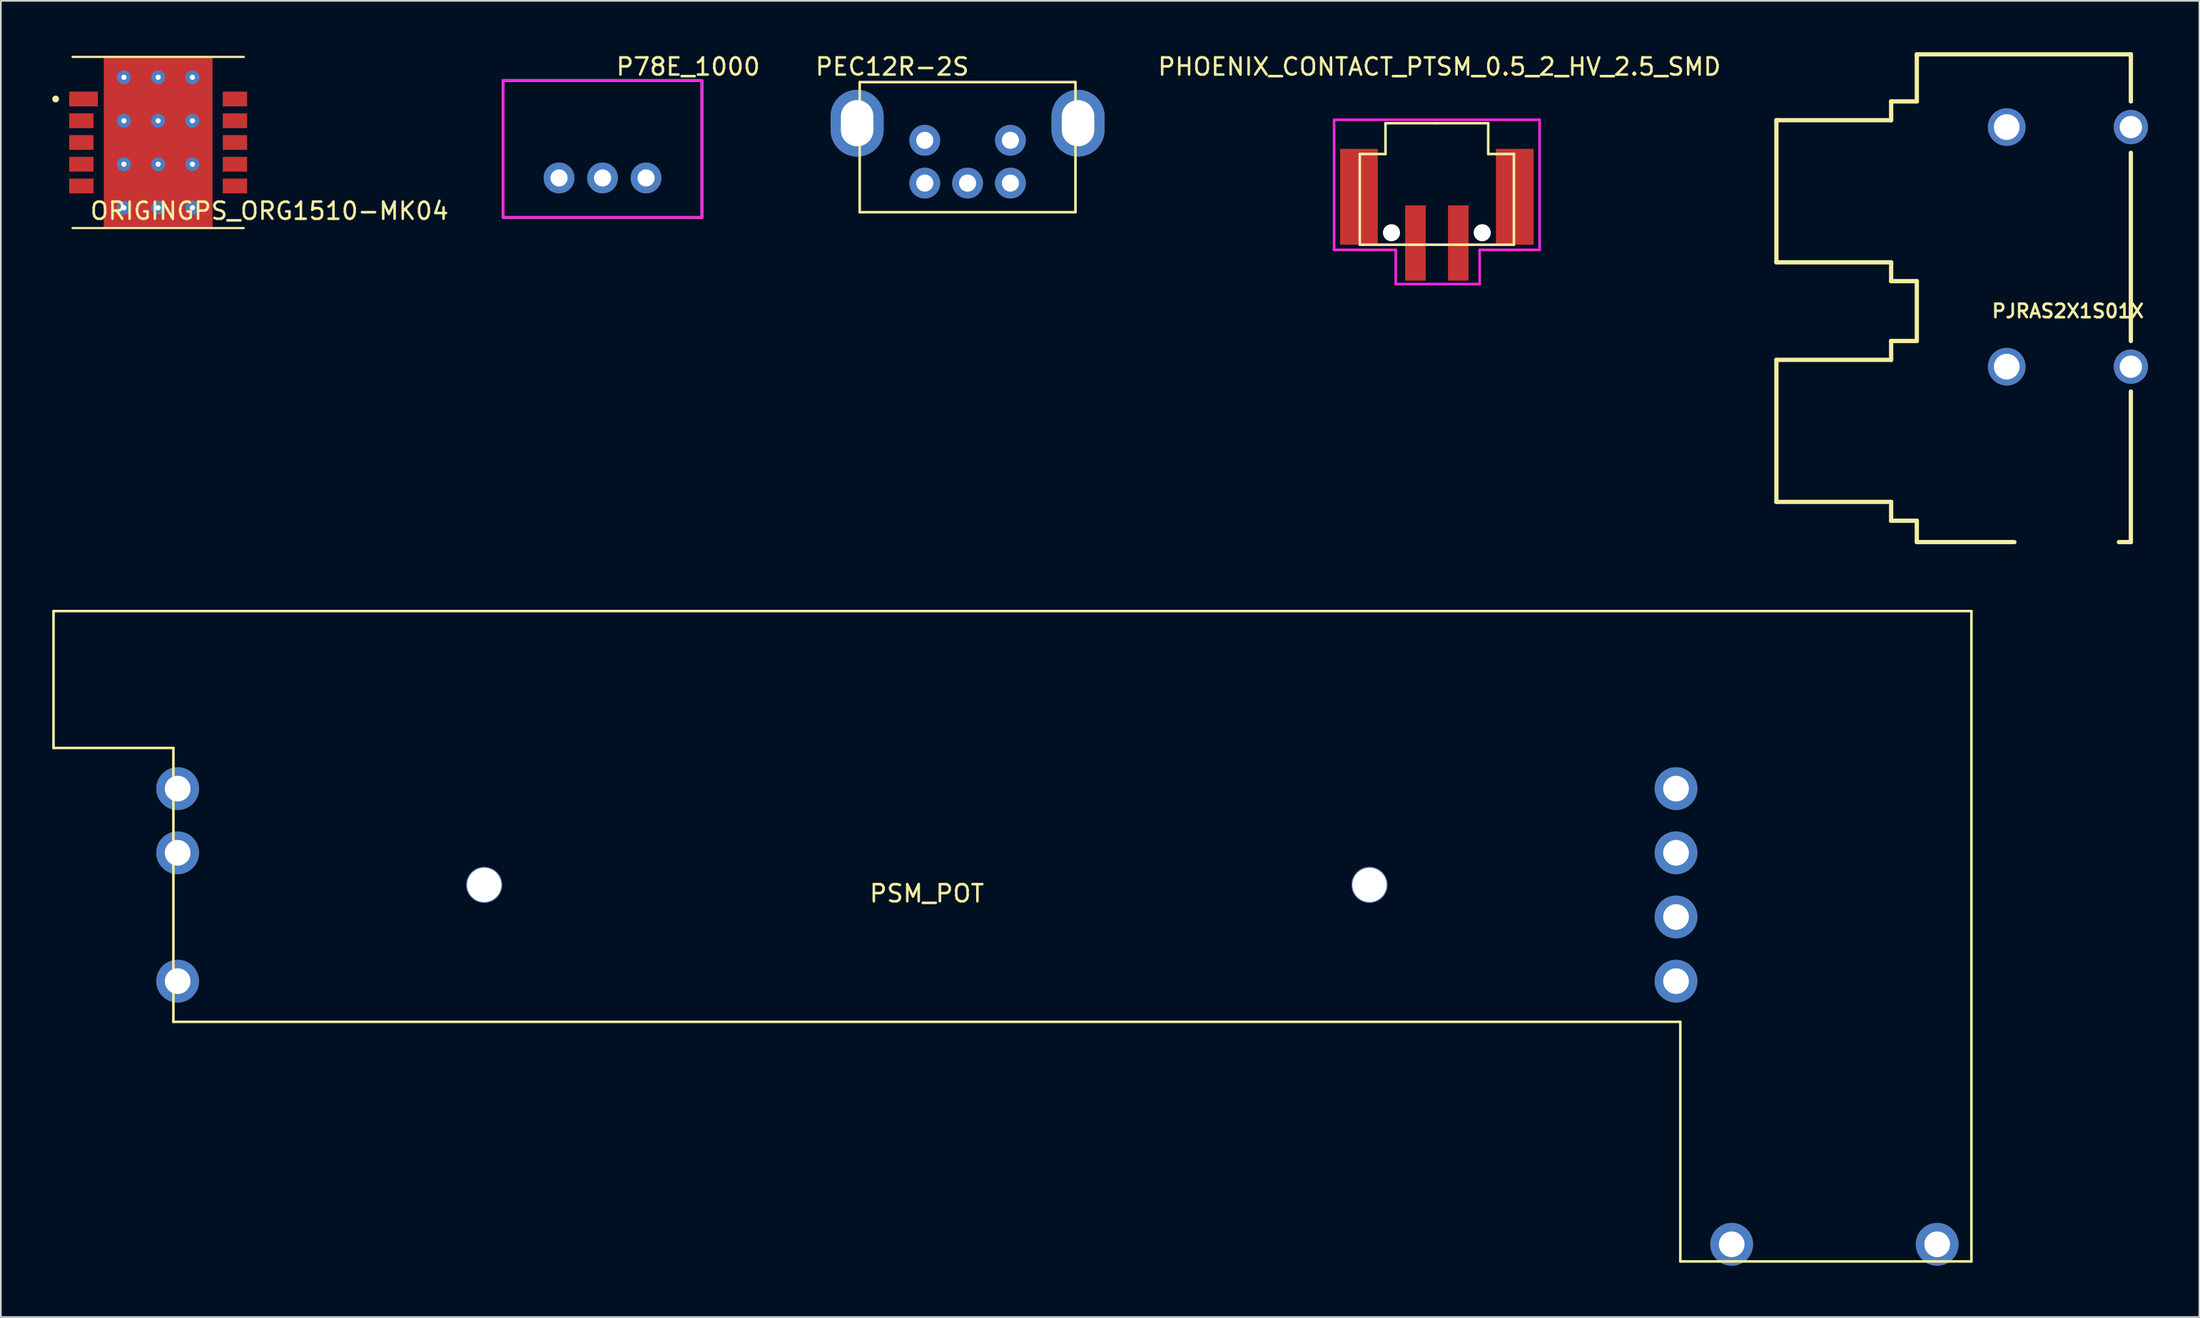
<source format=kicad_pcb>
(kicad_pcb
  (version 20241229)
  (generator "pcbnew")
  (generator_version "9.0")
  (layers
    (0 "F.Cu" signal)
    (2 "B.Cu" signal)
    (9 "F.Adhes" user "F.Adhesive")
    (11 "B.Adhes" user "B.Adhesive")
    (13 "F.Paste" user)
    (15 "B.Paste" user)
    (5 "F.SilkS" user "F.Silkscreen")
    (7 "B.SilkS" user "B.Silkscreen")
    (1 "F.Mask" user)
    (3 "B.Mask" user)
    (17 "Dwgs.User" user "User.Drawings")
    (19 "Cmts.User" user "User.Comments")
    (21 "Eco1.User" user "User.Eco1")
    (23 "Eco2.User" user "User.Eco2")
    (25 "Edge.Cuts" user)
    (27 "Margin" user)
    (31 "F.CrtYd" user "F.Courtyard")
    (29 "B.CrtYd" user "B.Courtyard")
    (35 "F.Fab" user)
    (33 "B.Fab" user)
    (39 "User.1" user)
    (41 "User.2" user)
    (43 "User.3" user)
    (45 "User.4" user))
  (footprint "PEC12R-2S"
    (layer "F.Cu")
    (at 53.454 4.148)
    (property "Reference" "PEC12R-2S" (at -4.4 -3.3 0) (layer "F.SilkS") (effects (font (size 1 1) (thickness 0.15))))
    (attr through_hole)
    (fp_line (start -6.3 -2.4) (end 6.3 -2.4) (stroke (width 0.15) (type solid)) (layer "F.SilkS"))
    (fp_line (start -6.3 5.2) (end -6.3 -2.4) (stroke (width 0.15) (type solid)) (layer "F.SilkS"))
    (fp_line (start 6.3 -2.4) (end 6.3 5.2) (stroke (width 0.15) (type solid)) (layer "F.SilkS"))
    (fp_line (start 6.3 5.2) (end -6.3 5.2) (stroke (width 0.15) (type solid)) (layer "F.SilkS"))
    (pad "A" thru_hole circle (at -2.5 3.5) (size 1.8 1.8) (drill 1) (layers "*.Cu" "*.Mask"))
    (pad "B" thru_hole circle (at 2.5 3.5) (size 1.8 1.8) (drill 1) (layers "*.Cu" "*.Mask"))
    (pad "C" thru_hole circle (at 0 3.5) (size 1.8 1.8) (drill 1) (layers "*.Cu" "*.Mask"))
    (pad "GND" thru_hole oval (at -6.45 0) (size 3.1 3.9) (drill oval 1.9 2.7) (layers "*.Cu" "*.Mask"))
    (pad "GND" thru_hole oval (at 6.45 0) (size 3.1 3.9) (drill oval 1.9 2.7) (layers "*.Cu" "*.Mask"))
    (pad "S1" thru_hole circle (at -2.5 1) (size 1.8 1.8) (drill 1) (layers "*.Cu" "*.Mask"))
    (pad "S2" thru_hole circle (at 2.5 1) (size 1.8 1.8) (drill 1) (layers "*.Cu" "*.Mask")))
  (footprint "P78E_1000"
    (layer "F.Cu")
    (at 32.137 7.348)
    (property "Reference" "P78E_1000" (at 5 -6.5 0) (layer "F.SilkS") (effects (font (size 1 1) (thickness 0.15))))
    (attr through_hole)
    (fp_line (start -5.8 -5.7) (end -5.8 2.3) (stroke (width 0.15) (type solid)) (layer "F.SilkS"))
    (fp_line (start -5.8 2.3) (end 5.8 2.3) (stroke (width 0.15) (type solid)) (layer "F.SilkS"))
    (fp_line (start 5.8 -5.7) (end -5.8 -5.7) (stroke (width 0.15) (type solid)) (layer "F.SilkS"))
    (fp_line (start 5.8 2.3) (end 5.8 -5.7) (stroke (width 0.15) (type solid)) (layer "F.SilkS"))
    (fp_line (start -5.8 -5.7) (end 5.8 -5.7) (stroke (width 0.15) (type solid)) (layer "F.CrtYd"))
    (fp_line (start -5.8 2.3) (end -5.8 -5.7) (stroke (width 0.15) (type solid)) (layer "F.CrtYd"))
    (fp_line (start 5.8 -5.7) (end 5.8 2.3) (stroke (width 0.15) (type solid)) (layer "F.CrtYd"))
    (fp_line (start 5.8 2.3) (end -5.8 2.3) (stroke (width 0.15) (type solid)) (layer "F.CrtYd"))
    (fp_line (start -5.8 -5.7) (end 5.8 -5.7) (stroke (width 0.15) (type solid)) (layer "F.Fab"))
    (fp_line (start -5.8 2.3) (end -5.8 -5.7) (stroke (width 0.15) (type solid)) (layer "F.Fab"))
    (fp_line (start 5.8 -5.7) (end 5.8 2.3) (stroke (width 0.15) (type solid)) (layer "F.Fab"))
    (fp_line (start 5.8 2.3) (end -5.8 2.3) (stroke (width 0.15) (type solid)) (layer "F.Fab"))
    (pad "1" thru_hole circle (at -2.54 0) (size 1.8 1.8) (drill 1) (layers "*.Cu" "*.Mask"))
    (pad "2" thru_hole circle (at 0 0) (size 1.8 1.8) (drill 1) (layers "*.Cu" "*.Mask"))
    (pad "3" thru_hole circle (at 2.54 0) (size 1.8 1.8) (drill 1) (layers "*.Cu" "*.Mask")))
  (footprint "PHOENIX_CONTACT_PTSM_0.5_2_HV_2.5_SMD"
    (layer "F.Cu")
    (at 80.858 8.448)
    (property "Reference" "PHOENIX_CONTACT_PTSM_0.5_2_HV_2.5_SMD" (at 0.15 -7.6 0) (layer "F.SilkS") (effects (font (size 1 1) (thickness 0.15))))
    (attr through_hole)
    (fp_line (start -4.5 -2.5) (end -3 -2.5) (stroke (width 0.15) (type solid)) (layer "F.SilkS"))
    (fp_line (start -4.5 2.8) (end -4.5 -2.5) (stroke (width 0.15) (type solid)) (layer "F.SilkS"))
    (fp_line (start -3 -4.3) (end 0 -4.3) (stroke (width 0.15) (type solid)) (layer "F.SilkS"))
    (fp_line (start -3 -2.5) (end -3 -4.3) (stroke (width 0.15) (type solid)) (layer "F.SilkS"))
    (fp_line (start 0 -4.3) (end 3 -4.3) (stroke (width 0.15) (type solid)) (layer "F.SilkS"))
    (fp_line (start 3 -4.3) (end 3 -2.5) (stroke (width 0.15) (type solid)) (layer "F.SilkS"))
    (fp_line (start 3 -2.5) (end 4.5 -2.5) (stroke (width 0.15) (type solid)) (layer "F.SilkS"))
    (fp_line (start 4.5 -2.5) (end 4.5 2.8) (stroke (width 0.15) (type solid)) (layer "F.SilkS"))
    (fp_line (start 4.5 2.8) (end -4.5 2.8) (stroke (width 0.15) (type solid)) (layer "F.SilkS"))
    (fp_line (start -6 -4.5) (end 0 -4.5) (stroke (width 0.15) (type solid)) (layer "F.CrtYd"))
    (fp_line (start -6 3.1) (end -6 -4.5) (stroke (width 0.15) (type solid)) (layer "F.CrtYd"))
    (fp_line (start -2.4 3.1) (end -6 3.1) (stroke (width 0.15) (type solid)) (layer "F.CrtYd"))
    (fp_line (start -2.4 5.1) (end -2.4 3.1) (stroke (width 0.15) (type solid)) (layer "F.CrtYd"))
    (fp_line (start 0 -4.5) (end 6 -4.5) (stroke (width 0.15) (type solid)) (layer "F.CrtYd"))
    (fp_line (start 2.5 3.1) (end 2.5 5.1) (stroke (width 0.15) (type solid)) (layer "F.CrtYd"))
    (fp_line (start 2.5 5.1) (end -2.4 5.1) (stroke (width 0.15) (type solid)) (layer "F.CrtYd"))
    (fp_line (start 6 -4.5) (end 6 3.1) (stroke (width 0.15) (type solid)) (layer "F.CrtYd"))
    (fp_line (start 6 3.1) (end 2.5 3.1) (stroke (width 0.15) (type solid)) (layer "F.CrtYd"))
    (pad "" smd rect (at -4.55 0) (size 2.2 5.6) (layers "F.Cu" "F.Mask" "F.Paste"))
    (pad "" np_thru_hole circle (at -2.65 2.1) (size 1 1) (drill 1) (layers "*.Cu" "*.Mask"))
    (pad "" np_thru_hole circle (at 2.65 2.1) (size 1 1) (drill 1) (layers "*.Cu" "*.Mask"))
    (pad "" smd rect (at 4.55 0) (size 2.2 5.6) (layers "F.Cu" "F.Mask" "F.Paste"))
    (pad "1" smd rect (at -1.25 2.7) (size 1.2 4.4) (layers "F.Cu" "F.Mask" "F.Paste"))
    (pad "2" smd rect (at 1.25 2.7) (size 1.2 4.4) (layers "F.Cu" "F.Mask" "F.Paste")))
  (footprint "ORIGINGPS_ORG1510-MK04"
    (layer "F.Cu")
    (at 6.185 5.275)
    (property "Reference" "ORIGINGPS_ORG1510-MK04" (at 6.5 4 0) (layer "F.SilkS") (effects (font (size 1 1) (thickness 0.15))))
    (attr through_hole)
    (fp_line (start -5 -5) (end 5 -5) (stroke (width 0.127) (type solid)) (layer "F.SilkS"))
    (fp_line (start -5 5) (end 5 5) (stroke (width 0.127) (type solid)) (layer "F.SilkS"))
    (fp_circle (center -5.985 -2.54) (end -5.885 -2.54) (stroke (width 0.2) (type solid)) (fill no) (layer "F.SilkS"))
    (fp_line (start -5.446 -5.25) (end 5.446 -5.25) (stroke (width 0.05) (type solid)) (layer "Eco1.User"))
    (fp_line (start -5.446 5.25) (end -5.446 -5.25) (stroke (width 0.05) (type solid)) (layer "Eco1.User"))
    (fp_line (start 5.446 -5.25) (end 5.446 5.25) (stroke (width 0.05) (type solid)) (layer "Eco1.User"))
    (fp_line (start 5.446 5.25) (end -5.446 5.25) (stroke (width 0.05) (type solid)) (layer "Eco1.User"))
    (fp_line (start -5 -5) (end -5 5) (stroke (width 0.127) (type solid)) (layer "Eco2.User"))
    (fp_line (start 5 -5) (end 5 5) (stroke (width 0.127) (type solid)) (layer "Eco2.User"))
    (fp_circle (center -4.485 -2.54) (end -4.385 -2.54) (stroke (width 0.2) (type solid)) (fill no) (layer "Eco2.User"))
    (pad "1" smd rect (at -4.358 -2.54) (size 1.676 0.864) (layers "F.Cu" "F.Mask" "F.Paste"))
    (pad "2" smd rect (at -4.485 -1.27) (size 1.422 0.864) (layers "F.Cu" "F.Mask" "F.Paste"))
    (pad "3" smd rect (at -4.485 0) (size 1.422 0.864) (layers "F.Cu" "F.Mask" "F.Paste"))
    (pad "4" smd rect (at -4.485 1.27) (size 1.422 0.864) (layers "F.Cu" "F.Mask" "F.Paste"))
    (pad "5" smd rect (at -4.485 2.54) (size 1.422 0.864) (layers "F.Cu" "F.Mask" "F.Paste"))
    (pad "6" smd rect (at 4.485 2.54) (size 1.422 0.864) (layers "F.Cu" "F.Mask" "F.Paste"))
    (pad "7" smd rect (at 4.485 1.27) (size 1.422 0.864) (layers "F.Cu" "F.Mask" "F.Paste"))
    (pad "8" smd rect (at 4.485 0) (size 1.422 0.864) (layers "F.Cu" "F.Mask" "F.Paste"))
    (pad "9" smd rect (at 4.485 -1.27) (size 1.422 0.864) (layers "F.Cu" "F.Mask" "F.Paste"))
    (pad "10" smd rect (at 4.485 -2.54) (size 1.422 0.864) (layers "F.Cu" "F.Mask" "F.Paste"))
    (pad "11" smd rect (at 0 0) (size 6.35 10.008) (layers "F.Cu"))
    (pad "11.1" thru_hole circle (at 0 -3.81) (size 0.813 0.813) (drill 0.305) (layers "*.Cu" "B.Mask"))
    (pad "11.2" thru_hole circle (at 0 -1.27) (size 0.813 0.813) (drill 0.305) (layers "*.Cu" "B.Mask"))
    (pad "11.3" thru_hole circle (at 0 1.27) (size 0.813 0.813) (drill 0.305) (layers "*.Cu" "B.Mask"))
    (pad "11.4" thru_hole circle (at 0 3.81) (size 0.813 0.813) (drill 0.305) (layers "*.Cu" "B.Mask"))
    (pad "11.5" thru_hole circle (at 2 -3.81) (size 0.813 0.813) (drill 0.305) (layers "*.Cu" "B.Mask"))
    (pad "11.6" thru_hole circle (at -2 -3.81) (size 0.813 0.813) (drill 0.305) (layers "*.Cu" "B.Mask"))
    (pad "11.7" thru_hole circle (at 2 -1.27) (size 0.813 0.813) (drill 0.305) (layers "*.Cu" "B.Mask"))
    (pad "11.8" thru_hole circle (at -2 -1.27) (size 0.813 0.813) (drill 0.305) (layers "*.Cu" "B.Mask"))
    (pad "11.9" thru_hole circle (at 2 1.27) (size 0.813 0.813) (drill 0.305) (layers "*.Cu" "B.Mask"))
    (pad "11.10" thru_hole circle (at -2 1.27) (size 0.813 0.813) (drill 0.305) (layers "*.Cu" "B.Mask"))
    (pad "11.11" thru_hole circle (at 2 3.81) (size 0.813 0.813) (drill 0.305) (layers "*.Cu" "B.Mask"))
    (pad "11.12" thru_hole circle (at -2 3.81) (size 0.813 0.813) (drill 0.305) (layers "*.Cu" "B.Mask")))
  (footprint "PSM_POT"
    (layer "F.Cu")
    (at 51.075 48.653)
    (property "Reference" "PSM_POT" (at 0 0.5 0) (layer "F.SilkS") (effects (font (size 1 1) (thickness 0.15))))
    (attr through_hole)
    (fp_line (start -51 -16) (end 61 -16) (stroke (width 0.15) (type solid)) (layer "F.SilkS"))
    (fp_line (start -51 -8) (end -51 -16) (stroke (width 0.15) (type solid)) (layer "F.SilkS"))
    (fp_line (start -44 -8) (end -51 -8) (stroke (width 0.15) (type solid)) (layer "F.SilkS"))
    (fp_line (start -44 8) (end -44 -8) (stroke (width 0.15) (type solid)) (layer "F.SilkS"))
    (fp_line (start 44 8) (end -44 8) (stroke (width 0.15) (type solid)) (layer "F.SilkS"))
    (fp_line (start 44 22) (end 44 8) (stroke (width 0.15) (type solid)) (layer "F.SilkS"))
    (fp_line (start 61 -16) (end 61 22) (stroke (width 0.15) (type solid)) (layer "F.SilkS"))
    (fp_line (start 61 22) (end 44 22) (stroke (width 0.15) (type solid)) (layer "F.SilkS"))
    (pad "" np_thru_hole circle (at -25.85 0) (size 2.1 2.1) (drill 2) (layers "*.Cu" "*.Mask"))
    (pad "" np_thru_hole circle (at 25.85 0) (size 2.1 2.1) (drill 2) (layers "*.Cu" "*.Mask"))
    (pad "1" thru_hole circle (at 43.75 -1.875) (size 2.5 2.5) (drill 1.5) (layers "*.Cu" "*.Mask"))
    (pad "2" thru_hole circle (at 43.75 -5.625) (size 2.5 2.5) (drill 1.5) (layers "*.Cu" "*.Mask"))
    (pad "3" thru_hole circle (at -43.75 -5.625) (size 2.5 2.5) (drill 1.5) (layers "*.Cu" "*.Mask"))
    (pad "4" thru_hole circle (at 43.75 1.875) (size 2.5 2.5) (drill 1.5) (layers "*.Cu" "*.Mask"))
    (pad "5" thru_hole circle (at 43.75 5.625) (size 2.5 2.5) (drill 1.5) (layers "*.Cu" "*.Mask"))
    (pad "6" thru_hole circle (at -43.75 5.625) (size 2.5 2.5) (drill 1.5) (layers "*.Cu" "*.Mask"))
    (pad "7" thru_hole circle (at -43.75 -1.875) (size 2.5 2.5) (drill 1.5) (layers "*.Cu" "*.Mask"))
    (pad "8" thru_hole circle (at 47 21) (size 2.5 2.5) (drill 1.5) (layers "*.Cu" "*.Mask"))
    (pad "9" thru_hole circle (at 59 21) (size 2.5 2.5) (drill 1.5) (layers "*.Cu" "*.Mask")))
  (footprint "PJRAS2X1S01X"
    (layer "F.Cu")
    (at 117.711 15.125)
    (property "Reference" "PJRAS2X1S01X" (at 0 0 0) (layer "F.SilkS") (effects (font (size 0.787 0.787) (thickness 0.15))))
    (attr through_hole)
    (fp_poly (pts (xy -1.525 -14.452) (xy -1.729 -14.436) (xy -1.927 -14.388) (xy -2.116 -14.31) (xy -2.29 -14.203) (xy -2.445 -14.07) (xy -2.578 -13.915) (xy -2.685 -13.741) (xy -2.763 -13.552) (xy -2.811 -13.354) (xy -2.827 -13.15) (xy -2.811 -12.946) (xy -2.763 -12.748) (xy -2.685 -12.559) (xy -2.578 -12.385) (xy -2.445 -12.23) (xy -2.29 -12.097) (xy -2.116 -11.99) (xy -1.927 -11.912) (xy -1.729 -11.864) (xy -1.525 -11.848) (xy 1.375 -11.848) (xy 1.579 -11.864) (xy 1.777 -11.912) (xy 1.966 -11.99) (xy 2.14 -12.097) (xy 2.295 -12.23) (xy 2.428 -12.385) (xy 2.535 -12.559) (xy 2.613 -12.748) (xy 2.661 -12.946) (xy 2.677 -13.15) (xy 2.661 -13.354) (xy 2.613 -13.552) (xy 2.535 -13.741) (xy 2.428 -13.915) (xy 2.295 -14.07) (xy 2.14 -14.203) (xy 1.966 -14.31) (xy 1.777 -14.388) (xy 1.579 -14.436) (xy 1.375 -14.452)) (stroke (width 0.002) (type solid)) (fill yes) (layer "F.Mask"))
    (fp_poly (pts (xy -1.525 11.848) (xy -1.729 11.864) (xy -1.927 11.912) (xy -2.116 11.99) (xy -2.29 12.097) (xy -2.445 12.23) (xy -2.578 12.385) (xy -2.685 12.559) (xy -2.763 12.748) (xy -2.811 12.946) (xy -2.827 13.15) (xy -2.811 13.354) (xy -2.763 13.552) (xy -2.685 13.741) (xy -2.578 13.915) (xy -2.445 14.07) (xy -2.29 14.203) (xy -2.116 14.31) (xy -1.927 14.388) (xy -1.729 14.436) (xy -1.525 14.452) (xy 1.375 14.452) (xy 1.579 14.436) (xy 1.777 14.388) (xy 1.966 14.31) (xy 2.14 14.203) (xy 2.295 14.07) (xy 2.428 13.915) (xy 2.535 13.741) (xy 2.613 13.552) (xy 2.661 13.354) (xy 2.677 13.15) (xy 2.661 12.946) (xy 2.613 12.748) (xy 2.535 12.559) (xy 2.428 12.385) (xy 2.295 12.23) (xy 2.14 12.097) (xy 1.966 11.99) (xy 1.777 11.912) (xy 1.579 11.864) (xy 1.375 11.848)) (stroke (width 0.002) (type solid)) (fill yes) (layer "F.Mask"))
    (fp_poly (pts (xy -1.525 -14.452) (xy -1.729 -14.436) (xy -1.927 -14.388) (xy -2.116 -14.31) (xy -2.29 -14.203) (xy -2.445 -14.07) (xy -2.578 -13.915) (xy -2.685 -13.741) (xy -2.763 -13.552) (xy -2.811 -13.354) (xy -2.827 -13.15) (xy -2.811 -12.946) (xy -2.763 -12.748) (xy -2.685 -12.559) (xy -2.578 -12.385) (xy -2.445 -12.23) (xy -2.29 -12.097) (xy -2.116 -11.99) (xy -1.927 -11.912) (xy -1.729 -11.864) (xy -1.525 -11.848) (xy 1.375 -11.848) (xy 1.579 -11.864) (xy 1.777 -11.912) (xy 1.966 -11.99) (xy 2.14 -12.097) (xy 2.295 -12.23) (xy 2.428 -12.385) (xy 2.535 -12.559) (xy 2.613 -12.748) (xy 2.661 -12.946) (xy 2.677 -13.15) (xy 2.661 -13.354) (xy 2.613 -13.552) (xy 2.535 -13.741) (xy 2.428 -13.915) (xy 2.295 -14.07) (xy 2.14 -14.203) (xy 1.966 -14.31) (xy 1.777 -14.388) (xy 1.579 -14.436) (xy 1.375 -14.452)) (stroke (width 0.002) (type solid)) (fill yes) (layer "B.Mask"))
    (fp_poly (pts (xy -1.525 11.848) (xy -1.729 11.864) (xy -1.927 11.912) (xy -2.116 11.99) (xy -2.29 12.097) (xy -2.445 12.23) (xy -2.578 12.385) (xy -2.685 12.559) (xy -2.763 12.748) (xy -2.811 12.946) (xy -2.827 13.15) (xy -2.811 13.354) (xy -2.763 13.552) (xy -2.685 13.741) (xy -2.578 13.915) (xy -2.445 14.07) (xy -2.29 14.203) (xy -2.116 14.31) (xy -1.927 14.388) (xy -1.729 14.436) (xy -1.525 14.452) (xy 1.375 14.452) (xy 1.579 14.436) (xy 1.777 14.388) (xy 1.966 14.31) (xy 2.14 14.203) (xy 2.295 14.07) (xy 2.428 13.915) (xy 2.535 13.741) (xy 2.613 13.552) (xy 2.661 13.354) (xy 2.677 13.15) (xy 2.661 12.946) (xy 2.613 12.748) (xy 2.535 12.559) (xy 2.428 12.385) (xy 2.295 12.23) (xy 2.14 12.097) (xy 1.966 11.99) (xy 1.777 11.912) (xy 1.579 11.864) (xy 1.375 11.848)) (stroke (width 0.002) (type solid)) (fill yes) (layer "B.Mask"))
    (fp_line (start -17.025 -11.152) (end -17.025 -2.849) (stroke (width 0.25) (type solid)) (layer "F.SilkS"))
    (fp_line (start -17.025 -11.152) (end -10.324 -11.152) (stroke (width 0.25) (type solid)) (layer "F.SilkS"))
    (fp_line (start -17.025 -2.849) (end -10.324 -2.849) (stroke (width 0.25) (type solid)) (layer "F.SilkS"))
    (fp_line (start -17.025 2.851) (end -17.025 11.151) (stroke (width 0.25) (type solid)) (layer "F.SilkS"))
    (fp_line (start -17.025 11.151) (end -10.324 11.151) (stroke (width 0.25) (type solid)) (layer "F.SilkS"))
    (fp_line (start -10.324 -12.25) (end -8.825 -12.25) (stroke (width 0.25) (type solid)) (layer "F.SilkS"))
    (fp_line (start -10.324 -11.152) (end -10.324 -12.25) (stroke (width 0.25) (type solid)) (layer "F.SilkS"))
    (fp_line (start -10.324 -2.849) (end -10.324 -1.748) (stroke (width 0.25) (type solid)) (layer "F.SilkS"))
    (fp_line (start -10.324 -1.748) (end -8.825 -1.748) (stroke (width 0.25) (type solid)) (layer "F.SilkS"))
    (fp_line (start -10.324 1.75) (end -10.324 2.851) (stroke (width 0.25) (type solid)) (layer "F.SilkS"))
    (fp_line (start -10.324 2.851) (end -17.025 2.851) (stroke (width 0.25) (type solid)) (layer "F.SilkS"))
    (fp_line (start -10.324 11.151) (end -10.324 12.251) (stroke (width 0.25) (type solid)) (layer "F.SilkS"))
    (fp_line (start -10.324 12.251) (end -8.825 12.251) (stroke (width 0.25) (type solid)) (layer "F.SilkS"))
    (fp_line (start -8.825 -15) (end 3.675 -15) (stroke (width 0.25) (type solid)) (layer "F.SilkS"))
    (fp_line (start -8.825 -12.25) (end -8.825 -15) (stroke (width 0.25) (type solid)) (layer "F.SilkS"))
    (fp_line (start -8.825 -1.748) (end -8.825 1.75) (stroke (width 0.25) (type solid)) (layer "F.SilkS"))
    (fp_line (start -8.825 1.75) (end -10.324 1.75) (stroke (width 0.25) (type solid)) (layer "F.SilkS"))
    (fp_line (start -8.825 12.251) (end -8.825 13.499) (stroke (width 0.25) (type solid)) (layer "F.SilkS"))
    (fp_line (start -8.825 13.499) (end -3.124 13.499) (stroke (width 0.25) (type solid)) (layer "F.SilkS"))
    (fp_line (start 2.976 13.499) (end 3.675 13.499) (stroke (width 0.25) (type solid)) (layer "F.SilkS"))
    (fp_line (start 3.675 -15) (end 3.675 -12.25) (stroke (width 0.25) (type solid)) (layer "F.SilkS"))
    (fp_line (start 3.675 -9.25) (end 3.675 1.75) (stroke (width 0.25) (type solid)) (layer "F.SilkS"))
    (fp_line (start 3.675 4.7) (end 3.675 13.499) (stroke (width 0.25) (type solid)) (layer "F.SilkS"))
    (pad "S1" thru_hole circle (at -3.575 -10.75) (size 2.2 2.2) (drill 1.5) (layers "*.Cu" "*.Mask"))
    (pad "S2" thru_hole circle (at -3.575 3.25) (size 2.2 2.2) (drill 1.5) (layers "*.Cu" "*.Mask"))
    (pad "T1" thru_hole circle (at 3.675 -10.75) (size 2 2) (drill 1.3) (layers "*.Cu" "*.Mask"))
    (pad "T2" thru_hole circle (at 3.675 3.25) (size 2 2) (drill 1.3) (layers "*.Cu" "*.Mask")))
  (gr_rect
    (start -3 -3)
    (end 125.386 73.903)
    (stroke (width 0.1) (type default))
    (fill no)
    (layer "Edge.Cuts")))
</source>
